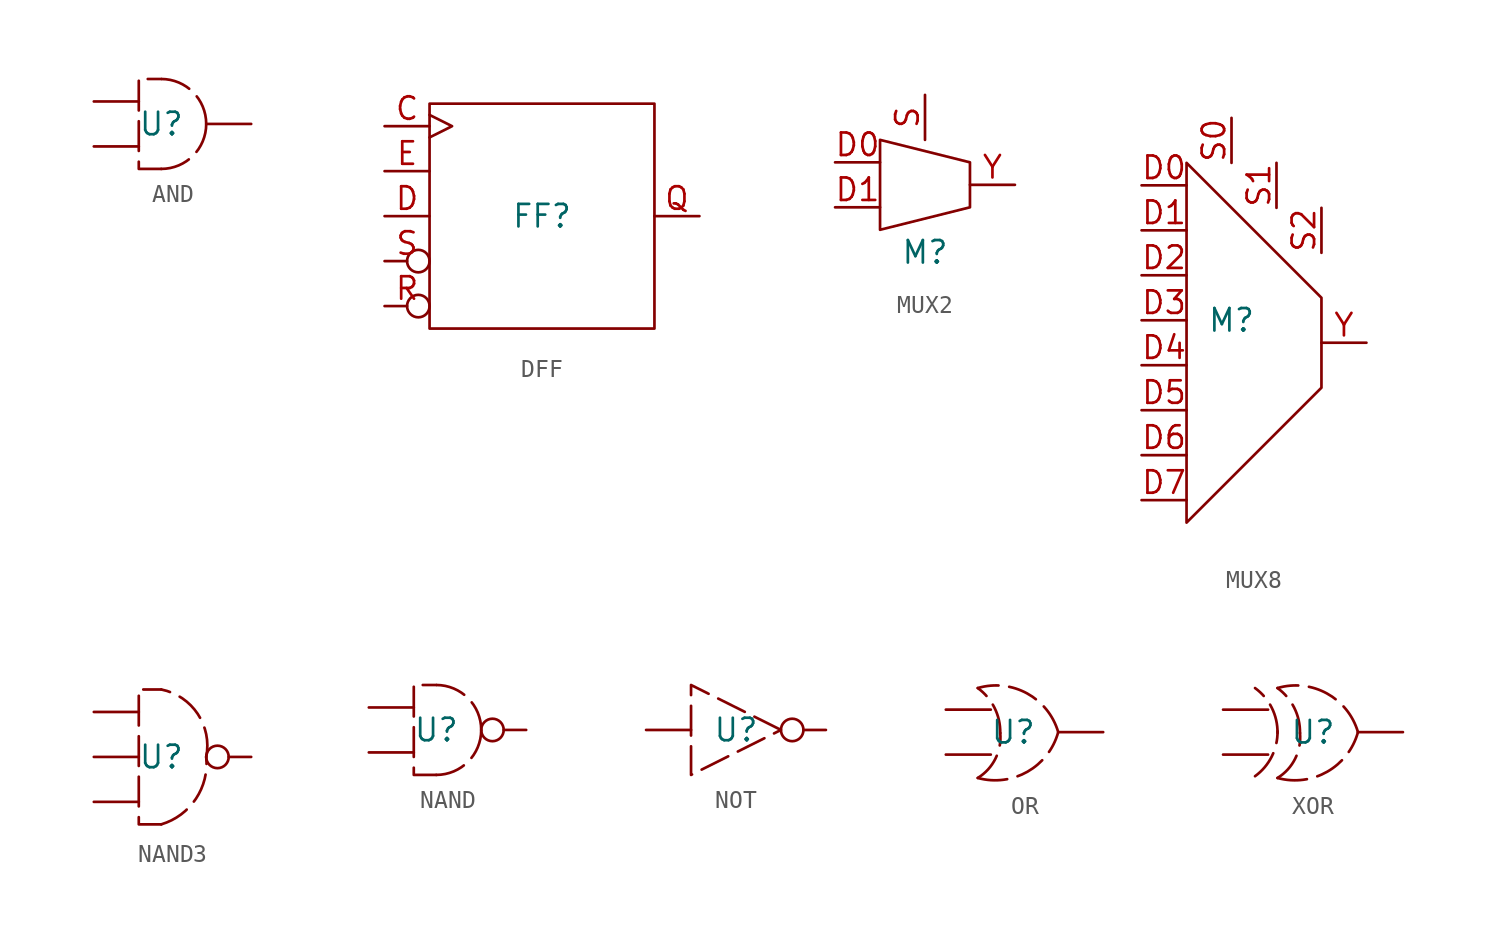
<source format=kicad_sym>
(kicad_symbol_lib
  (version 20241209)
  (generator "kicad_symbol_editor")
  (generator_version "9.0")
  (symbol "AND"
    (property "Reference" "U"
      (at 0 0 0)
      (effects (font (size 1.27 1.27))))
    (property "Value" ""
      (at 0 0 0)
      (effects (font (size 1.27 1.27))))
    (symbol "AND_1_1"
      (polyline (pts (xy 0 -2.54) (xy -1.27 -2.54) (xy -1.27 2.54) (xy 0 2.54)) (stroke (width 0) (type dash)) (fill (type none)))
      (arc (start 0 2.54) (mid 1.7961 1.7961) (end 2.54 0) (stroke (width 0) (type dash)) (fill (type none)))
      (arc (start 2.54 0) (mid 1.7961 -1.7961) (end 0 -2.54) (stroke (width 0) (type dash)) (fill (type none)))
      (pin input line (at -3.81 1.27 0) (length 2.54) (name "" (effects (font (size 1.27 1.27)))) (number "" (effects (font (size 1.27 1.27)))))
      (pin input line (at -3.81 -1.27 0) (length 2.54) (name "" (effects (font (size 1.27 1.27)))) (number "" (effects (font (size 1.27 1.27)))))
      (pin output line (at 5.08 0 180) (length 2.54) (name "" (effects (font (size 1.27 1.27)))) (number "" (effects (font (size 1.27 1.27)))))))
  (symbol "DFF"
    (property "Reference" "FF"
      (at 0 0 0)
      (effects (font (size 1.27 1.27))))
    (property "Value" ""
      (at 0 0 0)
      (effects (font (size 1.27 1.27))))
    (symbol "DFF_0_1"
      (rectangle (start -6.35 6.35) (end 6.35 -6.35) (stroke (width 0) (type default)) (fill (type none))))
    (symbol "DFF_1_1"
      (pin input clock (at -8.89 5.08 0) (length 2.54) (name "" (effects (font (size 1.27 1.27)))) (number "C" (effects (font (size 1.27 1.27)))))
      (pin input line (at -8.89 2.54 0) (length 2.54) (name "" (effects (font (size 1.27 1.27)))) (number "E" (effects (font (size 1.27 1.27)))))
      (pin input line (at -8.89 0 0) (length 2.54) (name "" (effects (font (size 1.27 1.27)))) (number "D" (effects (font (size 1.27 1.27)))))
      (pin input inverted (at -8.89 -2.54 0) (length 2.54) (name "" (effects (font (size 1.27 1.27)))) (number "S" (effects (font (size 1.27 1.27)))))
      (pin input inverted (at -8.89 -5.08 0) (length 2.54) (name "" (effects (font (size 1.27 1.27)))) (number "R" (effects (font (size 1.27 1.27)))))
      (pin output line (at 8.89 0 180) (length 2.54) (name "" (effects (font (size 1.27 1.27)))) (number "Q" (effects (font (size 1.27 1.27)))))))
  (symbol "MUX2"
    (property "Reference" "M"
      (at 0 -3.81 0)
      (effects (font (size 1.27 1.27))))
    (property "Value" ""
      (at 0 0 0)
      (effects (font (size 1.27 1.27))))
    (symbol "MUX2_0_1"
      (polyline (pts (xy -2.54 -2.54) (xy -2.54 2.54) (xy 2.54 1.27) (xy 2.54 -1.27) (xy -2.54 -2.54)) (stroke (width 0) (type default)) (fill (type none))))
    (symbol "MUX2_1_1"
      (pin input line (at -5.08 1.27 0) (length 2.54) (name "" (effects (font (size 1.27 1.27)))) (number "D0" (effects (font (size 1.27 1.27)))))
      (pin input line (at -5.08 -1.27 0) (length 2.54) (name "" (effects (font (size 1.27 1.27)))) (number "D1" (effects (font (size 1.27 1.27)))))
      (pin input line (at 0 5.08 270) (length 2.54) (name "" (effects (font (size 1.27 1.27)))) (number "S" (effects (font (size 1.27 1.27)))))
      (pin output line (at 5.08 0 180) (length 2.54) (name "" (effects (font (size 1.27 1.27)))) (number "Y" (effects (font (size 1.27 1.27)))))))
  (symbol "MUX8"
    (property "Reference" "M"
      (at 0 1.27 0)
      (effects (font (size 1.27 1.27))))
    (property "Value" ""
      (at 0 0 0)
      (effects (font (size 1.27 1.27))))
    (symbol "MUX8_0_1"
      (polyline (pts (xy -2.54 -10.16) (xy -2.54 10.16) (xy 5.08 2.54) (xy 5.08 -2.54) (xy -2.54 -10.16)) (stroke (width 0) (type default)) (fill (type none))))
    (symbol "MUX8_1_1"
      (pin input line (at -5.08 8.89 0) (length 2.54) (name "" (effects (font (size 1.27 1.27)))) (number "D0" (effects (font (size 1.27 1.27)))))
      (pin input line (at -5.08 6.35 0) (length 2.54) (name "" (effects (font (size 1.27 1.27)))) (number "D1" (effects (font (size 1.27 1.27)))))
      (pin input line (at -5.08 3.81 0) (length 2.54) (name "" (effects (font (size 1.27 1.27)))) (number "D2" (effects (font (size 1.27 1.27)))))
      (pin input line (at -5.08 1.27 0) (length 2.54) (name "" (effects (font (size 1.27 1.27)))) (number "D3" (effects (font (size 1.27 1.27)))))
      (pin input line (at -5.08 -1.27 0) (length 2.54) (name "" (effects (font (size 1.27 1.27)))) (number "D4" (effects (font (size 1.27 1.27)))))
      (pin input line (at -5.08 -3.81 0) (length 2.54) (name "" (effects (font (size 1.27 1.27)))) (number "D5" (effects (font (size 1.27 1.27)))))
      (pin input line (at -5.08 -6.35 0) (length 2.54) (name "" (effects (font (size 1.27 1.27)))) (number "D6" (effects (font (size 1.27 1.27)))))
      (pin input line (at -5.08 -8.89 0) (length 2.54) (name "" (effects (font (size 1.27 1.27)))) (number "D7" (effects (font (size 1.27 1.27)))))
      (pin input line (at 0 12.7 270) (length 2.54) (name "" (effects (font (size 1.27 1.27)))) (number "S0" (effects (font (size 1.27 1.27)))))
      (pin input line (at 2.54 10.16 270) (length 2.54) (name "" (effects (font (size 1.27 1.27)))) (number "S1" (effects (font (size 1.27 1.27)))))
      (pin input line (at 5.08 7.62 270) (length 2.54) (name "" (effects (font (size 1.27 1.27)))) (number "S2" (effects (font (size 1.27 1.27)))))
      (pin output line (at 7.62 0 180) (length 2.54) (name "" (effects (font (size 1.27 1.27)))) (number "Y" (effects (font (size 1.27 1.27)))))))
  (symbol "NAND3"
    (property "Reference" "U"
      (at 0 0 0)
      (effects (font (size 1.27 1.27))))
    (property "Value" ""
      (at 0 0 0)
      (effects (font (size 1.27 1.27))))
    (symbol "NAND3_1_1"
      (arc (start 2.54 0) (mid 1.9581 -2.3638) (end 0 -3.81) (stroke (width 0) (type dash)) (fill (type none)))
      (arc (start 0 3.81) (mid 2.0592 2.4311) (end 2.54 0) (stroke (width 0) (type dash)) (fill (type none)))
      (polyline (pts (xy 0 -3.81) (xy -1.27 -3.81) (xy -1.27 3.81) (xy 0 3.81)) (stroke (width 0) (type dash)) (fill (type none)))
      (pin input line (at -3.81 2.54 0) (length 2.54) (name "" (effects (font (size 1.27 1.27)))) (number "" (effects (font (size 1.27 1.27)))))
      (pin input line (at -3.81 0 0) (length 2.54) (name "" (effects (font (size 1.27 1.27)))) (number "" (effects (font (size 1.27 1.27)))))
      (pin input line (at -3.81 -2.54 0) (length 2.54) (name "" (effects (font (size 1.27 1.27)))) (number "" (effects (font (size 1.27 1.27)))))
      (pin output inverted (at 5.08 0 180) (length 2.54) (name "" (effects (font (size 1.27 1.27)))) (number "" (effects (font (size 1.27 1.27)))))))
  (symbol "NAND"
    (property "Reference" "U"
      (at 0 0 0)
      (effects (font (size 1.27 1.27))))
    (property "Value" ""
      (at 0 0 0)
      (effects (font (size 1.27 1.27))))
    (symbol "NAND_1_1"
      (polyline (pts (xy 0 -2.54) (xy -1.27 -2.54) (xy -1.27 2.54) (xy 0 2.54)) (stroke (width 0) (type dash)) (fill (type none)))
      (arc (start 0 2.54) (mid 1.7961 1.7961) (end 2.54 0) (stroke (width 0) (type dash)) (fill (type none)))
      (arc (start 2.54 0) (mid 1.7961 -1.7961) (end 0 -2.54) (stroke (width 0) (type dash)) (fill (type none)))
      (pin input line (at -3.81 1.27 0) (length 2.54) (name "" (effects (font (size 1.27 1.27)))) (number "" (effects (font (size 1.27 1.27)))))
      (pin input line (at -3.81 -1.27 0) (length 2.54) (name "" (effects (font (size 1.27 1.27)))) (number "" (effects (font (size 1.27 1.27)))))
      (pin output inverted (at 5.08 0 180) (length 2.54) (name "" (effects (font (size 1.27 1.27)))) (number "" (effects (font (size 1.27 1.27)))))))
  (symbol "NOT"
    (property "Reference" "U"
      (at 0 0 0)
      (effects (font (size 1.27 1.27))))
    (property "Value" ""
      (at 0 0 0)
      (effects (font (size 1.27 1.27))))
    (symbol "NOT_0_1"
      (polyline (pts (xy 2.54 0) (xy -2.54 2.54) (xy -2.54 -2.54) (xy 2.54 0)) (stroke (width 0) (type dash)) (fill (type none))))
    (symbol "NOT_1_1"
      (pin input line (at -5.08 0 0) (length 2.54) (name "" (effects (font (size 1.27 1.27)))) (number "" (effects (font (size 1.27 1.27)))))
      (pin output inverted (at 5.08 0 180) (length 2.54) (name "" (effects (font (size 1.27 1.27)))) (number "" (effects (font (size 1.27 1.27)))))))
  (symbol "OR"
    (property "Reference" "U"
      (at -1.27 0 0)
      (effects (font (size 1.27 1.27))))
    (property "Value" ""
      (at 0 0 0)
      (effects (font (size 1.27 1.27))))
    (symbol "OR_1_1"
      (arc (start -3.275 2.49) (mid -2.3293 1.3753) (end -2.005 -0.05) (stroke (width 0) (type dash)) (fill (type none)))
      (arc (start -2.005 -0.05) (mid -2.2775 -1.5013) (end -3.275 -2.59) (stroke (width 0) (type dash)) (fill (type none)))
      (arc (start 1.27 0) (mid -0.4662 -2.2363) (end -3.2752 -2.5898) (stroke (width 0) (type dash)) (fill (type none)))
      (arc (start -3.2752 2.4898) (mid -0.4869 2.1863) (end 1.27 0) (stroke (width 0) (type dash)) (fill (type none)))
      (pin input line (at -5.08 1.27 0) (length 2.54) (name "" (effects (font (size 1.27 1.27)))) (number "" (effects (font (size 1.27 1.27)))))
      (pin input line (at -5.08 -1.27 0) (length 2.54) (name "" (effects (font (size 1.27 1.27)))) (number "" (effects (font (size 1.27 1.27)))))
      (pin input line (at 3.81 0 180) (length 2.54) (name "" (effects (font (size 1.27 1.27)))) (number "" (effects (font (size 1.27 1.27)))))))
  (symbol "XOR"
    (property "Reference" "U"
      (at 0 0 0)
      (effects (font (size 1.27 1.27))))
    (property "Value" ""
      (at 0 0 0)
      (effects (font (size 1.27 1.27))))
    (symbol "XOR_1_1"
      (arc (start -3.2746 2.4902) (mid -2.3289 1.3755) (end -2.0046 -0.0498) (stroke (width 0) (type dash)) (fill (type none)))
      (arc (start -2.0046 0.0498) (mid -2.3289 -1.3755) (end -3.2746 -2.4902) (stroke (width 0) (type dash)) (fill (type none)))
      (arc (start -2.005 2.49) (mid -1.0593 1.3753) (end -0.735 -0.05) (stroke (width 0) (type dash)) (fill (type none)))
      (arc (start -0.735 -0.05) (mid -1.0075 -1.5013) (end -2.005 -2.59) (stroke (width 0) (type dash)) (fill (type none)))
      (arc (start 2.54 0) (mid 0.8038 -2.2363) (end -2.0052 -2.5898) (stroke (width 0) (type dash)) (fill (type none)))
      (arc (start -2.0052 2.4898) (mid 0.7831 2.1863) (end 2.54 0) (stroke (width 0) (type dash)) (fill (type none)))
      (pin input line (at -5.08 1.27 0) (length 2.54) (name "" (effects (font (size 1.27 1.27)))) (number "" (effects (font (size 1.27 1.27)))))
      (pin input line (at -5.08 -1.27 0) (length 2.54) (name "" (effects (font (size 1.27 1.27)))) (number "" (effects (font (size 1.27 1.27)))))
      (pin input line (at 5.08 0 180) (length 2.54) (name "" (effects (font (size 1.27 1.27)))) (number "" (effects (font (size 1.27 1.27))))))))
</source>
